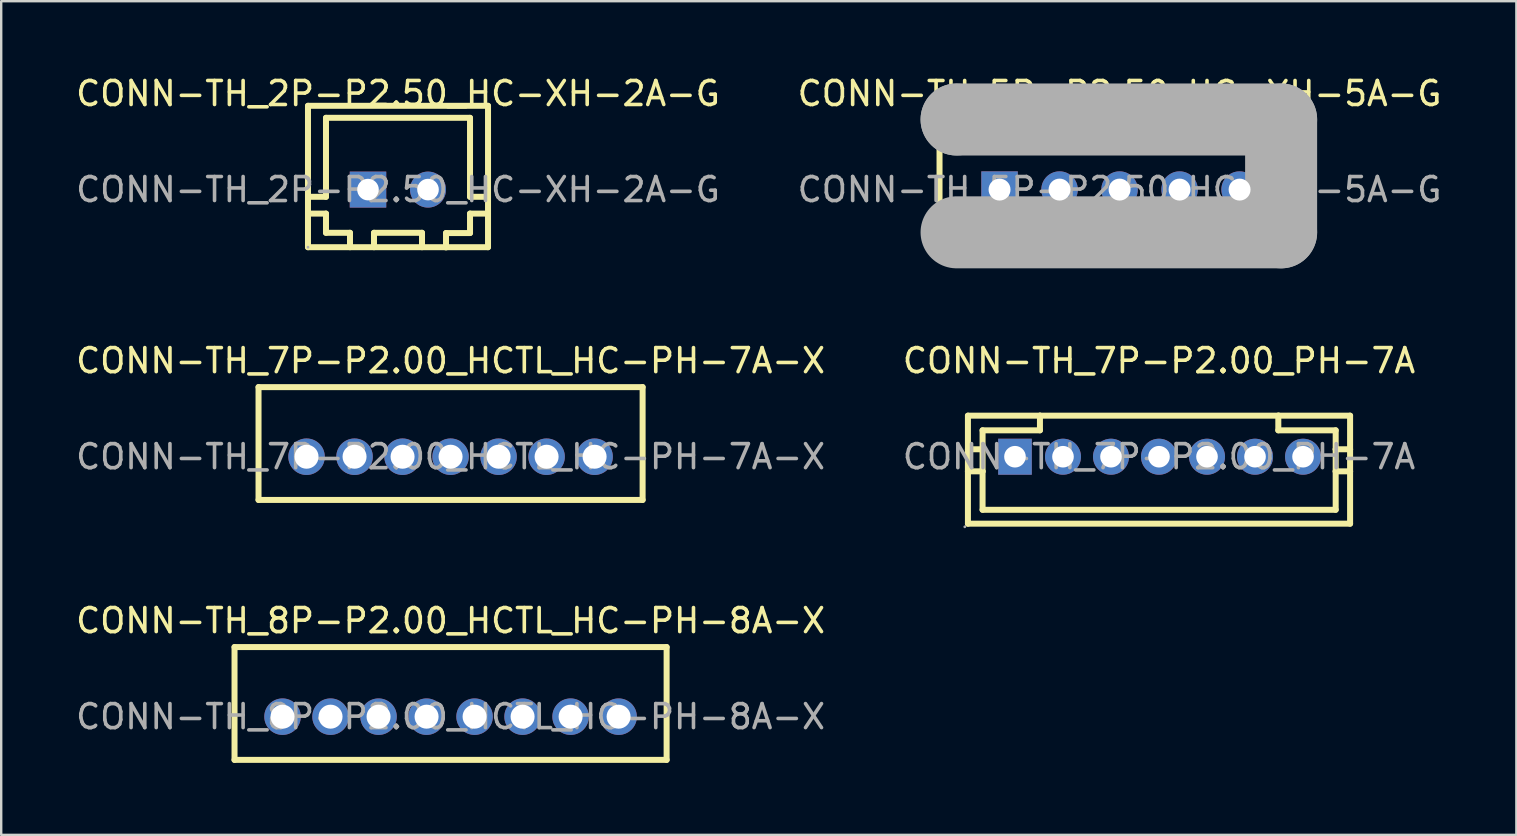
<source format=kicad_pcb>
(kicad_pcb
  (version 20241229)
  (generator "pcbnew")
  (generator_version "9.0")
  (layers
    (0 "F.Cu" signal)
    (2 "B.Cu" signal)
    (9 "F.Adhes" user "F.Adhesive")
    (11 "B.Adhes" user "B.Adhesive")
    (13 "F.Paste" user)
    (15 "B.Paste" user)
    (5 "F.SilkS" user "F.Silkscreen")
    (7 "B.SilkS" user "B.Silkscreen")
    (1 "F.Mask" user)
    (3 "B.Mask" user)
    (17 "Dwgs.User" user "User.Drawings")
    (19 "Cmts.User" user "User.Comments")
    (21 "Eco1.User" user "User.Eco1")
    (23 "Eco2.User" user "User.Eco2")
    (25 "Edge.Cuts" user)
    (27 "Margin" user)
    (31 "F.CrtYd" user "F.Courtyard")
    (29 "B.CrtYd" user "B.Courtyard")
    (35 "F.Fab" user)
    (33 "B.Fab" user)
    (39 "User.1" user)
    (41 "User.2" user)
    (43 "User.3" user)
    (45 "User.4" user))
  (footprint "CONN-TH_8P-P2.00_HCTL_HC-PH-8A-X"
    (layer "F.Cu")
    (at 15.72 26.805)
    (property "Reference" "CONN-TH_8P-P2.00_HCTL_HC-PH-8A-X" (at 0 -4 0) (layer "F.SilkS") (effects (font (size 1 1) (thickness 0.15))))
    (attr through_hole)
    (fp_line (start -9 1.8) (end -9 -2.9) (stroke (width 0.25) (type solid)) (layer "F.SilkS"))
    (fp_line (start 9 -2.9) (end -9 -2.9) (stroke (width 0.25) (type solid)) (layer "F.SilkS"))
    (fp_line (start 9 -2.9) (end 9 1.8) (stroke (width 0.25) (type solid)) (layer "F.SilkS"))
    (fp_line (start 9 1.8) (end -9 1.8) (stroke (width 0.25) (type solid)) (layer "F.SilkS"))
    (fp_text user "${REFERENCE}" (at 0 0 0) (layer "F.Fab") (effects (font (size 1 1) (thickness 0.15))))
    (pad "1" thru_hole circle (at -7 0) (size 1.52 1.52) (drill 1) (layers "*.Cu" "*.Paste" "*.Mask"))
    (pad "2" thru_hole circle (at -5 0) (size 1.52 1.52) (drill 1) (layers "*.Cu" "*.Paste" "*.Mask"))
    (pad "3" thru_hole circle (at -3 0) (size 1.52 1.52) (drill 1) (layers "*.Cu" "*.Paste" "*.Mask"))
    (pad "4" thru_hole circle (at -1 0) (size 1.52 1.52) (drill 1) (layers "*.Cu" "*.Paste" "*.Mask"))
    (pad "5" thru_hole circle (at 1 0) (size 1.52 1.52) (drill 1) (layers "*.Cu" "*.Paste" "*.Mask"))
    (pad "6" thru_hole circle (at 3 0) (size 1.52 1.52) (drill 1) (layers "*.Cu" "*.Paste" "*.Mask"))
    (pad "7" thru_hole circle (at 5 0) (size 1.52 1.52) (drill 1) (layers "*.Cu" "*.Paste" "*.Mask"))
    (pad "8" thru_hole circle (at 7 0) (size 1.52 1.52) (drill 1) (layers "*.Cu" "*.Paste" "*.Mask")))
  (footprint "CONN-TH_7P-P2.00_PH-7A"
    (layer "F.Cu")
    (at 45.232 15.976)
    (property "Reference" "CONN-TH_7P-P2.00_PH-7A" (at 0 -4 0) (layer "F.SilkS") (effects (font (size 1 1) (thickness 0.15))))
    (attr smd)
    (fp_line (start -7.96 -0.31) (end -7.96 -1.71) (stroke (width 0.25) (type solid)) (layer "F.SilkS"))
    (fp_line (start -7.96 0.61) (end -7.96 -0.31) (stroke (width 0.25) (type solid)) (layer "F.SilkS"))
    (fp_line (start -7.96 2.79) (end -7.96 0.61) (stroke (width 0.25) (type solid)) (layer "F.SilkS"))
    (fp_line (start -7.35 -0.31) (end -7.96 -0.31) (stroke (width 0.25) (type solid)) (layer "F.SilkS"))
    (fp_line (start -7.35 -0.31) (end -7.35 -1.1) (stroke (width 0.25) (type solid)) (layer "F.SilkS"))
    (fp_line (start -7.35 0.61) (end -7.96 0.61) (stroke (width 0.25) (type solid)) (layer "F.SilkS"))
    (fp_line (start -7.35 0.61) (end -7.35 -0.31) (stroke (width 0.25) (type solid)) (layer "F.SilkS"))
    (fp_line (start -7.35 2.21) (end -7.35 0.61) (stroke (width 0.25) (type solid)) (layer "F.SilkS"))
    (fp_line (start -4.96 -1.71) (end -7.96 -1.71) (stroke (width 0.25) (type solid)) (layer "F.SilkS"))
    (fp_line (start -4.96 -1.1) (end -7.35 -1.1) (stroke (width 0.25) (type solid)) (layer "F.SilkS"))
    (fp_line (start -4.96 -1.1) (end -4.96 -1.71) (stroke (width 0.25) (type solid)) (layer "F.SilkS"))
    (fp_line (start 4.97 -1.1) (end 4.97 -1.71) (stroke (width 0.25) (type solid)) (layer "F.SilkS"))
    (fp_line (start 4.99 -1.71) (end -4.96 -1.71) (stroke (width 0.25) (type solid)) (layer "F.SilkS"))
    (fp_line (start 7.36 -1.1) (end 4.97 -1.1) (stroke (width 0.25) (type solid)) (layer "F.SilkS"))
    (fp_line (start 7.36 -0.31) (end 7.36 -1.1) (stroke (width 0.25) (type solid)) (layer "F.SilkS"))
    (fp_line (start 7.36 0.61) (end 7.36 -0.31) (stroke (width 0.25) (type solid)) (layer "F.SilkS"))
    (fp_line (start 7.36 2.21) (end -7.35 2.21) (stroke (width 0.25) (type solid)) (layer "F.SilkS"))
    (fp_line (start 7.36 2.21) (end 7.36 0.61) (stroke (width 0.25) (type solid)) (layer "F.SilkS"))
    (fp_line (start 7.96 -1.71) (end 4.97 -1.71) (stroke (width 0.25) (type solid)) (layer "F.SilkS"))
    (fp_line (start 7.96 -0.31) (end 7.36 -0.31) (stroke (width 0.25) (type solid)) (layer "F.SilkS"))
    (fp_line (start 7.96 -0.31) (end 7.96 -1.71) (stroke (width 0.25) (type solid)) (layer "F.SilkS"))
    (fp_line (start 7.96 0.61) (end 7.36 0.61) (stroke (width 0.25) (type solid)) (layer "F.SilkS"))
    (fp_line (start 7.96 0.61) (end 7.96 -0.31) (stroke (width 0.25) (type solid)) (layer "F.SilkS"))
    (fp_line (start 7.96 2.79) (end -7.96 2.79) (stroke (width 0.25) (type solid)) (layer "F.SilkS"))
    (fp_line (start 7.96 2.79) (end 7.96 0.61) (stroke (width 0.25) (type solid)) (layer "F.SilkS"))
    (fp_circle (center -8.09 2.92) (end -8.06 2.92) (stroke (width 0.06) (type solid)) (fill no) (layer "F.Fab"))
    (fp_circle (center -6 0) (end -5.82 0) (stroke (width 0.35) (type solid)) (fill no) (layer "F.Fab"))
    (fp_circle (center -4 0) (end -3.82 0) (stroke (width 0.35) (type solid)) (fill no) (layer "F.Fab"))
    (fp_circle (center -2 0) (end -1.82 0) (stroke (width 0.35) (type solid)) (fill no) (layer "F.Fab"))
    (fp_circle (center 0 0) (end 0.18 0) (stroke (width 0.35) (type solid)) (fill no) (layer "F.Fab"))
    (fp_circle (center 2 0) (end 2.18 0) (stroke (width 0.35) (type solid)) (fill no) (layer "F.Fab"))
    (fp_circle (center 4 0) (end 4.18 0) (stroke (width 0.35) (type solid)) (fill no) (layer "F.Fab"))
    (fp_circle (center 6 0) (end 6.18 0) (stroke (width 0.35) (type solid)) (fill no) (layer "F.Fab"))
    (fp_text user "${REFERENCE}" (at 0 0 0) (layer "F.Fab") (effects (font (size 1 1) (thickness 0.15))))
    (pad "1" thru_hole rect (at -6 0 180) (size 1.4 1.5) (drill 0.9) (layers "*.Cu" "*.Paste" "*.Mask"))
    (pad "2" thru_hole circle (at -4 0 180) (size 1.5 1.5) (drill 0.9) (layers "*.Cu" "*.Paste" "*.Mask"))
    (pad "3" thru_hole circle (at -2 0 180) (size 1.5 1.5) (drill 0.9) (layers "*.Cu" "*.Paste" "*.Mask"))
    (pad "4" thru_hole circle (at 0 0 180) (size 1.5 1.5) (drill 0.9) (layers "*.Cu" "*.Paste" "*.Mask"))
    (pad "5" thru_hole circle (at 2 0 180) (size 1.5 1.5) (drill 0.9) (layers "*.Cu" "*.Paste" "*.Mask"))
    (pad "6" thru_hole circle (at 4 0 180) (size 1.5 1.5) (drill 0.9) (layers "*.Cu" "*.Paste" "*.Mask"))
    (pad "7" thru_hole circle (at 6 0 180) (size 1.5 1.5) (drill 0.9) (layers "*.Cu" "*.Paste" "*.Mask")))
  (footprint "CONN-TH_7P-P2.00_HCTL_HC-PH-7A-X"
    (layer "F.Cu")
    (at 15.72 15.976)
    (property "Reference" "CONN-TH_7P-P2.00_HCTL_HC-PH-7A-X" (at 0 -4 0) (layer "F.SilkS") (effects (font (size 1 1) (thickness 0.15))))
    (attr through_hole)
    (fp_line (start -8 1.8) (end -8 -2.9) (stroke (width 0.25) (type solid)) (layer "F.SilkS"))
    (fp_line (start 8 -2.9) (end -8 -2.9) (stroke (width 0.25) (type solid)) (layer "F.SilkS"))
    (fp_line (start 8 -2.9) (end 8 1.8) (stroke (width 0.25) (type solid)) (layer "F.SilkS"))
    (fp_line (start 8 1.8) (end -8 1.8) (stroke (width 0.25) (type solid)) (layer "F.SilkS"))
    (fp_text user "${REFERENCE}" (at 0 0 0) (layer "F.Fab") (effects (font (size 1 1) (thickness 0.15))))
    (pad "1" thru_hole circle (at -6 0) (size 1.52 1.52) (drill 1) (layers "*.Cu" "*.Paste" "*.Mask"))
    (pad "2" thru_hole circle (at -4 0) (size 1.52 1.52) (drill 1) (layers "*.Cu" "*.Paste" "*.Mask"))
    (pad "3" thru_hole circle (at -2 0) (size 1.52 1.52) (drill 1) (layers "*.Cu" "*.Paste" "*.Mask"))
    (pad "4" thru_hole circle (at 0 0) (size 1.52 1.52) (drill 1) (layers "*.Cu" "*.Paste" "*.Mask"))
    (pad "5" thru_hole circle (at 2 0) (size 1.52 1.52) (drill 1) (layers "*.Cu" "*.Paste" "*.Mask"))
    (pad "6" thru_hole circle (at 4 0) (size 1.52 1.52) (drill 1) (layers "*.Cu" "*.Paste" "*.Mask"))
    (pad "7" thru_hole circle (at 6 0) (size 1.52 1.52) (drill 1) (layers "*.Cu" "*.Paste" "*.Mask")))
  (footprint "CONN-TH_5P-P2.50_HC-XH-5A-G"
    (layer "F.Cu")
    (at 43.589 4.848)
    (property "Reference" "CONN-TH_5P-P2.50_HC-XH-5A-G" (at 0 -4 0) (layer "F.SilkS") (effects (font (size 1 1) (thickness 0.15))))
    (attr smd)
    (fp_line (start -7.5 -3.5) (end -7.5 2.4) (stroke (width 0.25) (type solid)) (layer "F.SilkS"))
    (fp_line (start -5.78 1.78) (end -5.78 2.4) (stroke (width 0.25) (type solid)) (layer "F.SilkS"))
    (fp_line (start -4.25 1.78) (end -4.25 2.4) (stroke (width 0.25) (type solid)) (layer "F.SilkS"))
    (fp_line (start 4.22 1.78) (end 4.22 2.4) (stroke (width 0.25) (type solid)) (layer "F.SilkS"))
    (fp_line (start 5.74 1.78) (end 5.74 2.4) (stroke (width 0.25) (type solid)) (layer "F.SilkS"))
    (fp_line (start 7.5 -3.5) (end -7.5 -3.5) (stroke (width 0.25) (type solid)) (layer "F.SilkS"))
    (fp_line (start 7.5 -3.5) (end 7.5 2.4) (stroke (width 0.25) (type solid)) (layer "F.SilkS"))
    (fp_line (start 7.5 2.4) (end -7.5 2.4) (stroke (width 0.25) (type solid)) (layer "F.SilkS"))
    (fp_line (start -6.79 -2.92) (end -6.79 -2.92) (stroke (width 3) (type solid)) (layer "F.Fab"))
    (fp_line (start -6.79 -2.92) (end 6.73 -2.92) (stroke (width 3) (type solid)) (layer "F.Fab"))
    (fp_line (start 6.73 -2.92) (end 6.73 1.78) (stroke (width 3) (type solid)) (layer "F.Fab"))
    (fp_line (start 6.73 1.78) (end -6.79 1.78) (stroke (width 3) (type solid)) (layer "F.Fab"))
    (fp_circle (center -7.5 2.4) (end -7.47 2.4) (stroke (width 0.06) (type solid)) (fill no) (layer "F.Fab"))
    (fp_text user "${REFERENCE}" (at 0 0 0) (layer "F.Fab") (effects (font (size 1 1) (thickness 0.15))))
    (pad "1" thru_hole rect (at -5 0) (size 1.52 1.52) (drill 0.914) (layers "*.Cu" "*.Paste" "*.Mask"))
    (pad "2" thru_hole circle (at -2.5 0) (size 1.52 1.52) (drill 0.914) (layers "*.Cu" "*.Paste" "*.Mask"))
    (pad "3" thru_hole circle (at 0 0) (size 1.52 1.52) (drill 0.914) (layers "*.Cu" "*.Paste" "*.Mask"))
    (pad "4" thru_hole circle (at 2.5 0) (size 1.52 1.52) (drill 0.914) (layers "*.Cu" "*.Paste" "*.Mask"))
    (pad "5" thru_hole circle (at 5 0) (size 1.52 1.52) (drill 0.914) (layers "*.Cu" "*.Paste" "*.Mask")))
  (footprint "CONN-TH_2P-P2.50_HC-XH-2A-G"
    (layer "F.Cu")
    (at 13.53 4.848)
    (property "Reference" "CONN-TH_2P-P2.50_HC-XH-2A-G" (at 0 -4 0) (layer "F.SilkS") (effects (font (size 1 1) (thickness 0.15))))
    (attr smd)
    (fp_line (start -3.75 -3.49) (end -3.75 2.4) (stroke (width 0.25) (type solid)) (layer "F.SilkS"))
    (fp_line (start -3.75 0.3) (end -3 0.3) (stroke (width 0.25) (type solid)) (layer "F.SilkS"))
    (fp_line (start -3.75 1) (end -3 1) (stroke (width 0.25) (type solid)) (layer "F.SilkS"))
    (fp_line (start -3 -2.99) (end 3 -2.99) (stroke (width 0.25) (type solid)) (layer "F.SilkS"))
    (fp_line (start -3 0.3) (end -3 -2.99) (stroke (width 0.25) (type solid)) (layer "F.SilkS"))
    (fp_line (start -3 1) (end -3 1.8) (stroke (width 0.25) (type solid)) (layer "F.SilkS"))
    (fp_line (start -3 1.8) (end -2 1.8) (stroke (width 0.25) (type solid)) (layer "F.SilkS"))
    (fp_line (start -2 1.8) (end -2 2.4) (stroke (width 0.25) (type solid)) (layer "F.SilkS"))
    (fp_line (start -1 1.8) (end 1 1.8) (stroke (width 0.25) (type solid)) (layer "F.SilkS"))
    (fp_line (start -1 2.4) (end -1 1.8) (stroke (width 0.25) (type solid)) (layer "F.SilkS"))
    (fp_line (start 1 1.8) (end 1 2.4) (stroke (width 0.25) (type solid)) (layer "F.SilkS"))
    (fp_line (start 2 1.81) (end 2 2.41) (stroke (width 0.25) (type solid)) (layer "F.SilkS"))
    (fp_line (start 3 -2.99) (end 3 0.3) (stroke (width 0.25) (type solid)) (layer "F.SilkS"))
    (fp_line (start 3 0.3) (end 3.75 0.3) (stroke (width 0.25) (type solid)) (layer "F.SilkS"))
    (fp_line (start 3 1) (end 3 1.81) (stroke (width 0.25) (type solid)) (layer "F.SilkS"))
    (fp_line (start 3 1.81) (end 2 1.81) (stroke (width 0.25) (type solid)) (layer "F.SilkS"))
    (fp_line (start 3.75 -3.49) (end -3.75 -3.49) (stroke (width 0.25) (type solid)) (layer "F.SilkS"))
    (fp_line (start 3.75 -3.49) (end 3.75 2.4) (stroke (width 0.25) (type solid)) (layer "F.SilkS"))
    (fp_line (start 3.75 1) (end 3 1) (stroke (width 0.25) (type solid)) (layer "F.SilkS"))
    (fp_line (start 3.75 2.4) (end -3.75 2.4) (stroke (width 0.25) (type solid)) (layer "F.SilkS"))
    (fp_circle (center -3.75 2.4) (end -3.72 2.4) (stroke (width 0.06) (type solid)) (fill no) (layer "F.Fab"))
    (fp_text user "${REFERENCE}" (at 0 0 0) (layer "F.Fab") (effects (font (size 1 1) (thickness 0.15))))
    (pad "1" thru_hole rect (at -1.25 0) (size 1.52 1.5) (drill 0.9) (layers "*.Cu" "*.Paste" "*.Mask"))
    (pad "2" thru_hole circle (at 1.25 0) (size 1.5 1.5) (drill 0.9) (layers "*.Cu" "*.Paste" "*.Mask")))
  (gr_rect
    (start -3 -3)
    (end 60.119 31.73)
    (stroke (width 0.1) (type default))
    (fill no)
    (layer "Edge.Cuts")))
</source>
